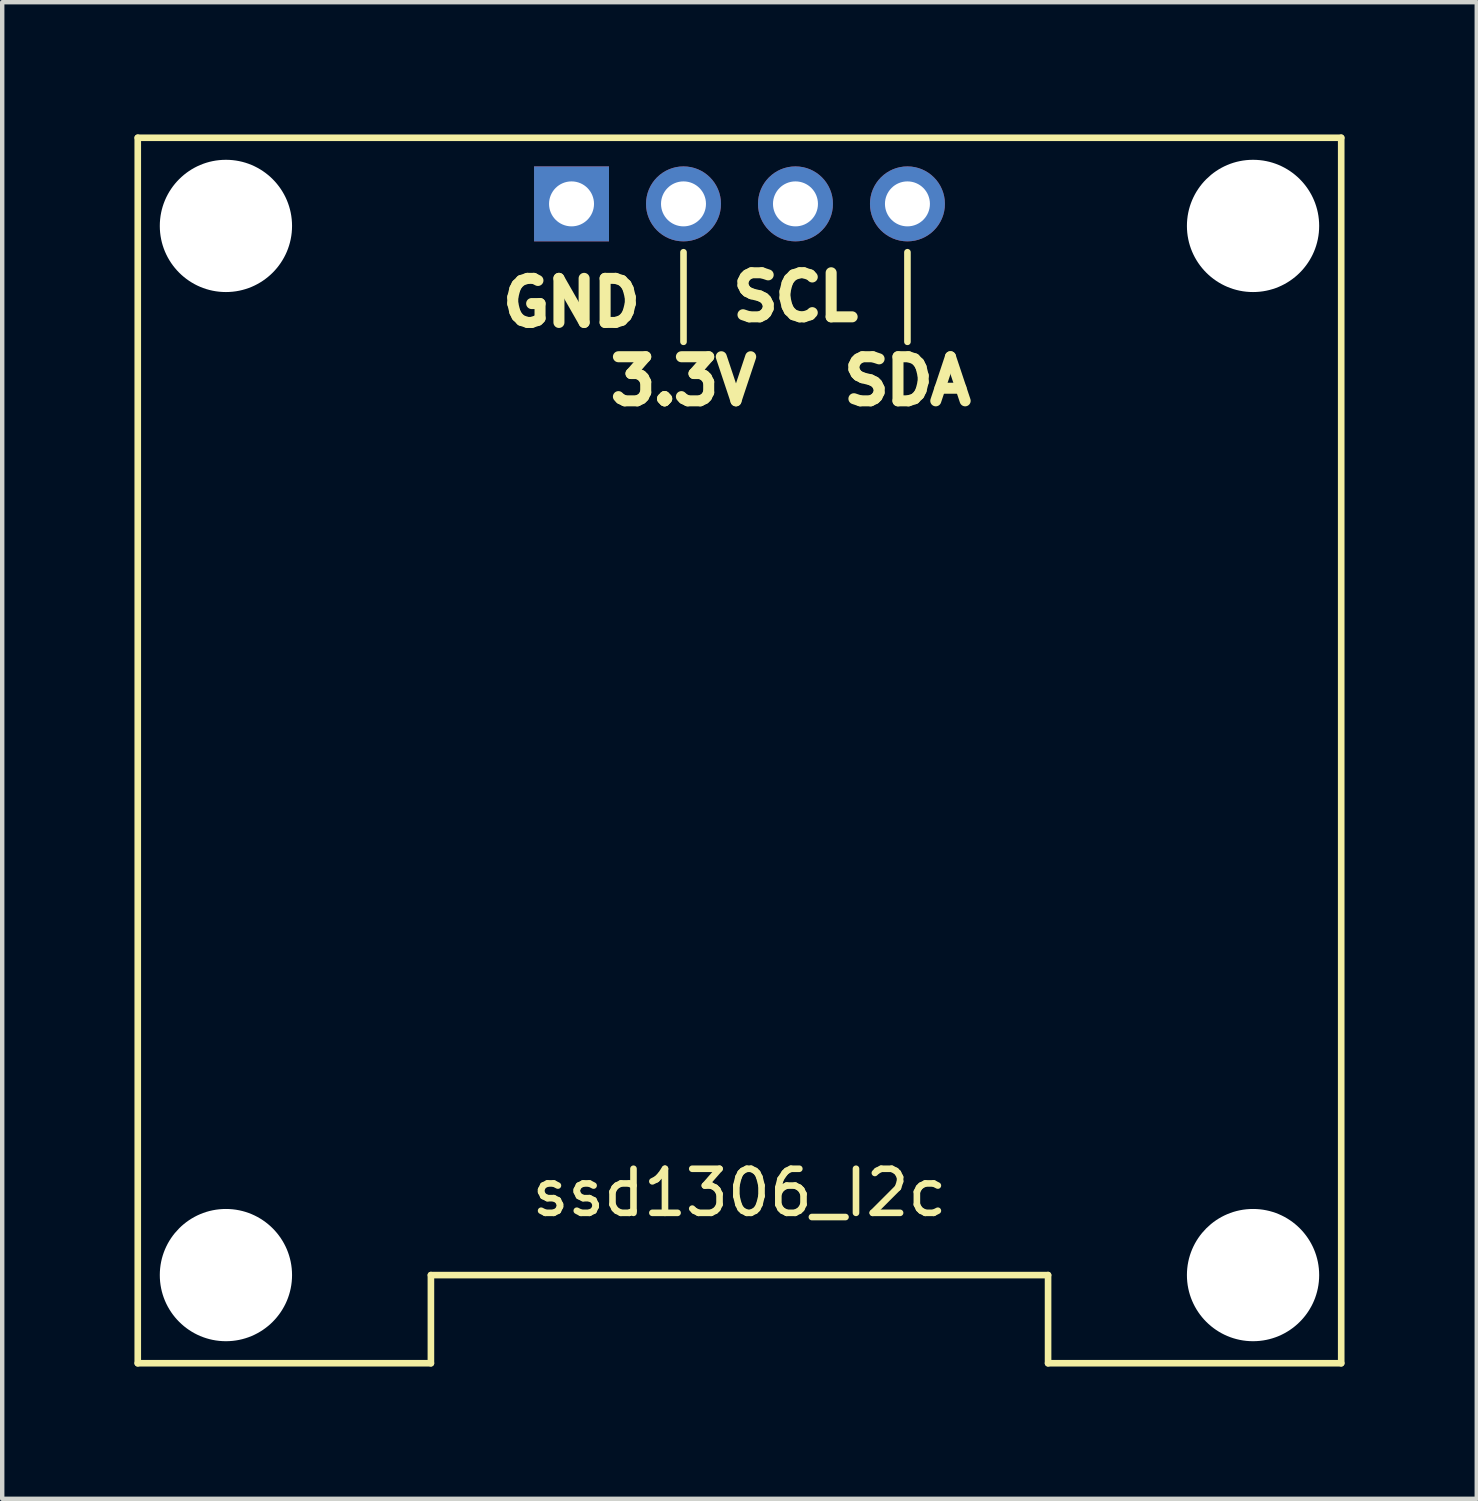
<source format=kicad_pcb>
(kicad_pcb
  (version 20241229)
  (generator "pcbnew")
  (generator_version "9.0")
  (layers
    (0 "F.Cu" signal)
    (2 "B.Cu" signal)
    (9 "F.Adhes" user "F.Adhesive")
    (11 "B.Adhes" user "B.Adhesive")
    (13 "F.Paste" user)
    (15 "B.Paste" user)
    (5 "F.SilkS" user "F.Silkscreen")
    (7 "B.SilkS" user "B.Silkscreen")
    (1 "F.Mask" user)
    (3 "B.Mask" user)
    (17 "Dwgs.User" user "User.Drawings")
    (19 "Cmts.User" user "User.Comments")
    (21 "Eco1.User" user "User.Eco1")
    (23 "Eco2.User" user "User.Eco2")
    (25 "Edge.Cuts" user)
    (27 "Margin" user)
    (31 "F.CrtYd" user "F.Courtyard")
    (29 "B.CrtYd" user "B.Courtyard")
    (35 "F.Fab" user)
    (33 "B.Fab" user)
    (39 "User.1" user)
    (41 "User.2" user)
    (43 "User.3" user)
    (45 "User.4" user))
  (footprint "ssd1306_I2c"
    (layer "F.Cu")
    (at 13.725 13.975)
    (property "Reference" "ssd1306_I2c" (at 0 10.033 0) (layer "F.SilkS") (effects (font (size 1 1) (thickness 0.15))))
    (attr through_hole)
    (fp_line (start -13.65 -13.9) (end -13.65 13.9) (stroke (width 0.15) (type solid)) (layer "F.SilkS"))
    (fp_line (start -13.65 -13.9) (end 13.65 -13.9) (stroke (width 0.15) (type solid)) (layer "F.SilkS"))
    (fp_line (start -13.65 13.9) (end -7 13.9) (stroke (width 0.15) (type solid)) (layer "F.SilkS"))
    (fp_line (start -7 11.9) (end 7 11.9) (stroke (width 0.15) (type solid)) (layer "F.SilkS"))
    (fp_line (start -7 13.9) (end -7 11.9) (stroke (width 0.15) (type solid)) (layer "F.SilkS"))
    (fp_line (start -1.27 -9.271) (end -1.27 -11.303) (stroke (width 0.15) (type solid)) (layer "F.SilkS"))
    (fp_line (start 3.81 -9.271) (end 3.81 -11.303) (stroke (width 0.15) (type solid)) (layer "F.SilkS"))
    (fp_line (start 7 13.9) (end 7 11.9) (stroke (width 0.15) (type solid)) (layer "F.SilkS"))
    (fp_line (start 7 13.9) (end 13.65 13.9) (stroke (width 0.15) (type solid)) (layer "F.SilkS"))
    (fp_line (start 13.65 -13.9) (end 13.65 13.9) (stroke (width 0.15) (type solid)) (layer "F.SilkS"))
    (fp_text user "3.3V" (at -1.27 -8.382 0) (layer "F.SilkS") (effects (font (size 1 1) (thickness 0.25))))
    (fp_text user "SDA" (at 3.81 -8.382 0) (layer "F.SilkS") (effects (font (size 1 1) (thickness 0.25))))
    (fp_text user "SCL" (at 1.27 -10.287 0) (layer "F.SilkS") (effects (font (size 1 1) (thickness 0.25))))
    (fp_text user "GND" (at -3.81 -10.16 0) (layer "F.SilkS") (effects (font (size 1 1) (thickness 0.25))))
    (pad "" np_thru_hole circle (at -11.65 -11.9) (size 3 3) (drill 3) (layers "*.Cu" "*.Mask"))
    (pad "" np_thru_hole circle (at -11.65 11.9) (size 3 3) (drill 3) (layers "*.Cu" "*.Mask"))
    (pad "" np_thru_hole circle (at 11.65 -11.9) (size 3 3) (drill 3) (layers "*.Cu" "*.Mask"))
    (pad "" np_thru_hole circle (at 11.65 11.9) (size 3 3) (drill 3) (layers "*.Cu" "*.Mask"))
    (pad "1" thru_hole rect (at -3.81 -12.4) (size 1.7 1.7) (drill 1.02) (layers "*.Cu" "*.Mask"))
    (pad "2" thru_hole circle (at -1.27 -12.4) (size 1.7 1.7) (drill 1.02) (layers "*.Cu" "*.Mask"))
    (pad "3" thru_hole circle (at 1.27 -12.4) (size 1.7 1.7) (drill 1.02) (layers "*.Cu" "*.Mask"))
    (pad "4" thru_hole circle (at 3.81 -12.4) (size 1.7 1.7) (drill 1.02) (layers "*.Cu" "*.Mask")))
  (gr_rect
    (start -3 -3)
    (end 30.45 30.95)
    (stroke (width 0.1) (type default))
    (fill no)
    (layer "Edge.Cuts")))
</source>
